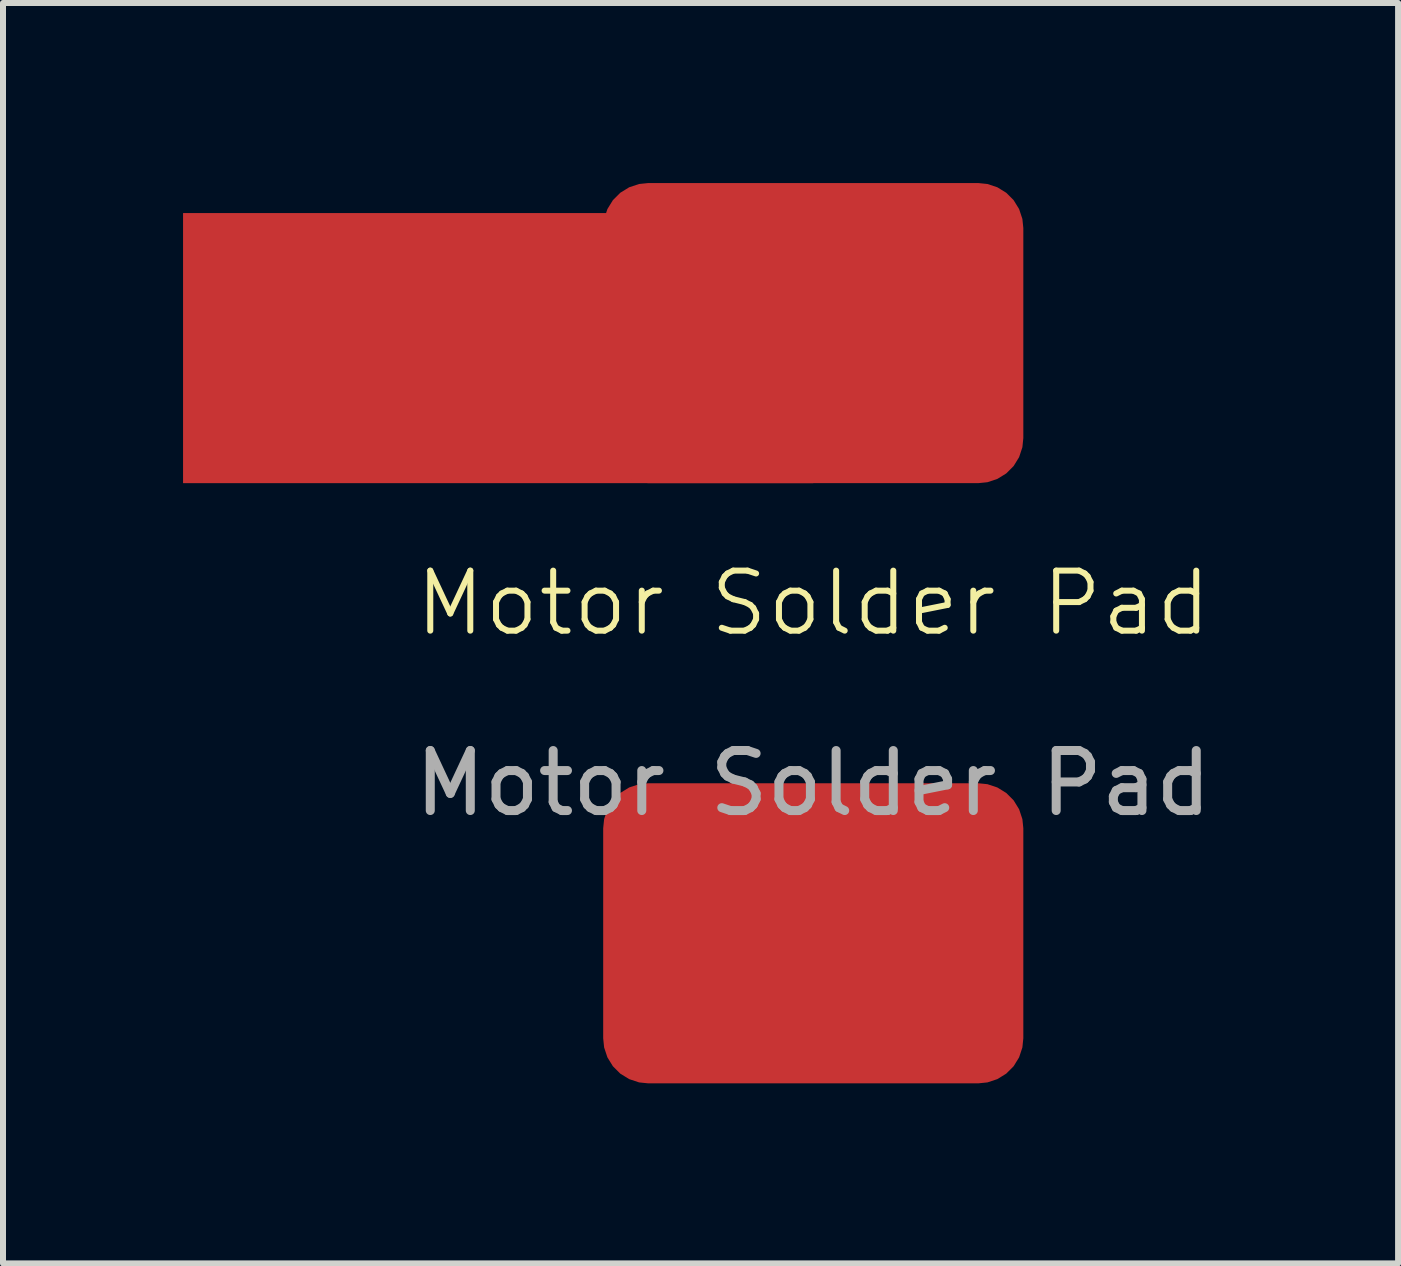
<source format=kicad_pcb>
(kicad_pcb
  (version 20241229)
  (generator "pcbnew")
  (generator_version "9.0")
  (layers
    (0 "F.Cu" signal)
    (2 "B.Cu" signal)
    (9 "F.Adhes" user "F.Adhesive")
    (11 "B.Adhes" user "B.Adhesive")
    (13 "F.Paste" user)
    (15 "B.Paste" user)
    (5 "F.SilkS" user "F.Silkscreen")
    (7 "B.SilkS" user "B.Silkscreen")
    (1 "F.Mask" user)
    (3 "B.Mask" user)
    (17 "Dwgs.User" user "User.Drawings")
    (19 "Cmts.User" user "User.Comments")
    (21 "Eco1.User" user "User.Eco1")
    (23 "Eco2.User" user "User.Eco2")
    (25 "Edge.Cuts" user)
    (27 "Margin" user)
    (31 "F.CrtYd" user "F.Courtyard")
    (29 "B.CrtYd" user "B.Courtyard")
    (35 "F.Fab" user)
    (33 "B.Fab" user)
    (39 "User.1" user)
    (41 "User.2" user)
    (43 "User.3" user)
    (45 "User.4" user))
  (footprint "Motor Solder Pad"
    (layer "F.Cu")
    (at 10.5 7.5)
    (property "Reference" "Motor Solder Pad" (at 0 -0.5 0) (unlocked yes) (layer "F.SilkS") (effects (font (size 1 1) (thickness 0.1))))
    (attr smd)
    (fp_rect (start -10.5 -7) (end 0 -2.5) (stroke (width 0) (type solid)) (fill yes) (layer "F.Cu"))
    (fp_text user "${REFERENCE}" (at 0 2.5 0) (unlocked yes) (layer "F.Fab") (effects (font (size 1 1) (thickness 0.15))))
    (pad "1" smd roundrect (at 0 -5) (size 7 5) (layers "F.Cu" "F.Mask" "F.Paste") (roundrect_rratio 0.15))
    (pad "2" smd roundrect (at 0 5) (size 7 5) (layers "F.Cu" "F.Mask" "F.Paste") (roundrect_rratio 0.15)))
  (gr_rect
    (start -3 -3)
    (end 20.244 18)
    (stroke (width 0.1) (type default))
    (fill no)
    (layer "Edge.Cuts")))
</source>
